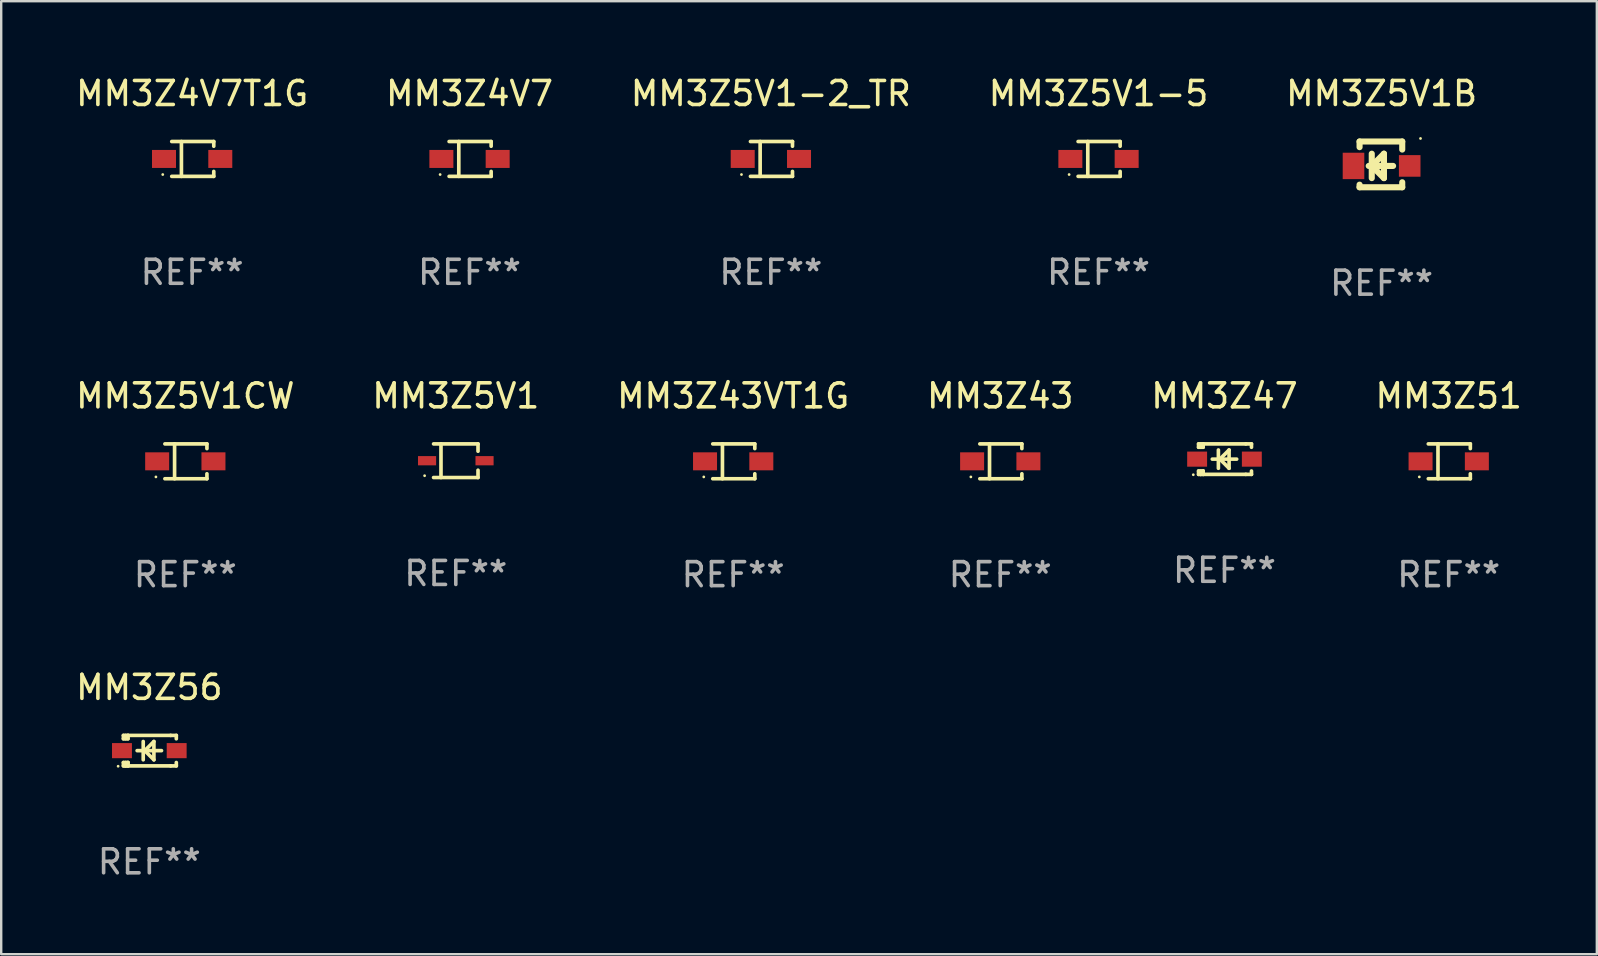
<source format=kicad_pcb>
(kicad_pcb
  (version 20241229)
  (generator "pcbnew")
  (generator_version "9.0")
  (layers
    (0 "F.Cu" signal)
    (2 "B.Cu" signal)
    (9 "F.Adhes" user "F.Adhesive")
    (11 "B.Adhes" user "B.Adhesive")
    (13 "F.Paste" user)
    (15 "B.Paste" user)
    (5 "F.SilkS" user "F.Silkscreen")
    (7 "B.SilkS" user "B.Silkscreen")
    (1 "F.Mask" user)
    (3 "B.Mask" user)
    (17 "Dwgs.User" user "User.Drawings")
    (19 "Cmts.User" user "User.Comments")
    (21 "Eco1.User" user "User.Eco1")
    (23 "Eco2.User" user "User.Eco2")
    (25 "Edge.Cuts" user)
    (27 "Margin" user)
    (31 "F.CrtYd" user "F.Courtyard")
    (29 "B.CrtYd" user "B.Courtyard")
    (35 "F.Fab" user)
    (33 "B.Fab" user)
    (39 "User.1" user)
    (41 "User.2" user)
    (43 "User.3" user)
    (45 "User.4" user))
  (footprint "MM3Z5V1-2_TR"
    (layer "F.Cu")
    (at 29.077 3.574)
    (property "Reference" "MM3Z5V1-2_TR" (at 0 -2.726 0) (layer "F.SilkS") (effects (font (size 1 1) (thickness 0.15))))
    (attr through_hole)
    (fp_line (start -0.851 -0.726) (end 0.901 -0.726) (stroke (width 0.152) (type solid)) (layer "F.SilkS"))
    (fp_line (start -0.851 0.726) (end 0.901 0.726) (stroke (width 0.152) (type solid)) (layer "F.SilkS"))
    (fp_line (start -0.447 -0.726) (end -0.447 0.726) (stroke (width 0.152) (type solid)) (layer "F.SilkS"))
    (fp_line (start 0.901 -0.726) (end 0.901 -0.53) (stroke (width 0.152) (type solid)) (layer "F.SilkS"))
    (fp_line (start 0.901 0.726) (end 0.901 0.52) (stroke (width 0.152) (type solid)) (layer "F.SilkS"))
    (fp_circle (center -1.225 0.65) (end -1.195 0.65) (stroke (width 0.06) (type solid)) (fill no) (layer "F.SilkS"))
    (fp_text user "REF**" (at 0 4.726 0) (layer "F.Fab") (effects (font (size 1 1) (thickness 0.15))))
    (pad "1" smd rect (at -1.173 0) (size 1 0.75) (layers "F.Cu" "F.Mask" "F.Paste"))
    (pad "2" smd rect (at 1.173 0) (size 1 0.75) (layers "F.Cu" "F.Mask" "F.Paste")))
  (footprint "MM3Z5V1"
    (layer "F.Cu")
    (at 15.946 16.151)
    (property "Reference" "MM3Z5V1" (at 0 -2.701 0) (layer "F.SilkS") (effects (font (size 1 1) (thickness 0.15))))
    (attr through_hole)
    (fp_line (start -0.926 -0.701) (end 0.926 -0.701) (stroke (width 0.152) (type solid)) (layer "F.SilkS"))
    (fp_line (start -0.926 0.701) (end 0.926 0.701) (stroke (width 0.152) (type solid)) (layer "F.SilkS"))
    (fp_line (start -0.617 -0.701) (end -0.617 0.701) (stroke (width 0.152) (type solid)) (layer "F.SilkS"))
    (fp_line (start 0.926 -0.701) (end 0.926 -0.396) (stroke (width 0.152) (type solid)) (layer "F.SilkS"))
    (fp_line (start 0.926 0.701) (end 0.926 0.396) (stroke (width 0.152) (type solid)) (layer "F.SilkS"))
    (fp_circle (center -1.3 0.625) (end -1.27 0.625) (stroke (width 0.06) (type solid)) (fill no) (layer "F.SilkS"))
    (fp_text user "REF**" (at 0 4.701 0) (layer "F.Fab") (effects (font (size 1 1) (thickness 0.15))))
    (pad "1" smd rect (at -1.198 0 180) (size 0.755 0.385) (layers "F.Cu" "F.Mask" "F.Paste"))
    (pad "2" smd rect (at 1.198 0 180) (size 0.755 0.385) (layers "F.Cu" "F.Mask" "F.Paste")))
  (footprint "MM3Z43VT1G"
    (layer "F.Cu")
    (at 27.506 16.176)
    (property "Reference" "MM3Z43VT1G" (at 0 -2.726 0) (layer "F.SilkS") (effects (font (size 1 1) (thickness 0.15))))
    (attr through_hole)
    (fp_line (start -0.851 -0.726) (end 0.901 -0.726) (stroke (width 0.152) (type solid)) (layer "F.SilkS"))
    (fp_line (start -0.851 0.726) (end 0.901 0.726) (stroke (width 0.152) (type solid)) (layer "F.SilkS"))
    (fp_line (start -0.447 -0.726) (end -0.447 0.726) (stroke (width 0.152) (type solid)) (layer "F.SilkS"))
    (fp_line (start 0.901 -0.726) (end 0.901 -0.53) (stroke (width 0.152) (type solid)) (layer "F.SilkS"))
    (fp_line (start 0.901 0.726) (end 0.901 0.52) (stroke (width 0.152) (type solid)) (layer "F.SilkS"))
    (fp_circle (center -1.225 0.65) (end -1.195 0.65) (stroke (width 0.06) (type solid)) (fill no) (layer "F.SilkS"))
    (fp_text user "REF**" (at 0 4.726 0) (layer "F.Fab") (effects (font (size 1 1) (thickness 0.15))))
    (pad "1" smd rect (at -1.173 0) (size 1 0.75) (layers "F.Cu" "F.Mask" "F.Paste"))
    (pad "2" smd rect (at 1.173 0) (size 1 0.75) (layers "F.Cu" "F.Mask" "F.Paste")))
  (footprint "MM3Z51"
    (layer "F.Cu")
    (at 57.327 16.176)
    (property "Reference" "MM3Z51" (at 0 -2.726 0) (layer "F.SilkS") (effects (font (size 1 1) (thickness 0.15))))
    (attr through_hole)
    (fp_line (start -0.851 -0.726) (end 0.901 -0.726) (stroke (width 0.152) (type solid)) (layer "F.SilkS"))
    (fp_line (start -0.851 0.726) (end 0.901 0.726) (stroke (width 0.152) (type solid)) (layer "F.SilkS"))
    (fp_line (start -0.447 -0.726) (end -0.447 0.726) (stroke (width 0.152) (type solid)) (layer "F.SilkS"))
    (fp_line (start 0.901 -0.726) (end 0.901 -0.53) (stroke (width 0.152) (type solid)) (layer "F.SilkS"))
    (fp_line (start 0.901 0.726) (end 0.901 0.52) (stroke (width 0.152) (type solid)) (layer "F.SilkS"))
    (fp_circle (center -1.225 0.65) (end -1.195 0.65) (stroke (width 0.06) (type solid)) (fill no) (layer "F.SilkS"))
    (fp_text user "REF**" (at 0 4.726 0) (layer "F.Fab") (effects (font (size 1 1) (thickness 0.15))))
    (pad "1" smd rect (at -1.173 0) (size 1 0.75) (layers "F.Cu" "F.Mask" "F.Paste"))
    (pad "2" smd rect (at 1.173 0) (size 1 0.75) (layers "F.Cu" "F.Mask" "F.Paste")))
  (footprint "MM3Z47"
    (layer "F.Cu")
    (at 47.982 16.085)
    (property "Reference" "MM3Z47" (at 0 -2.635 0) (layer "F.SilkS") (effects (font (size 1 1) (thickness 0.15))))
    (attr through_hole)
    (fp_line (start -1.08 -0.635) (end -1.08 -0.495) (stroke (width 0.152) (type solid)) (layer "F.SilkS"))
    (fp_line (start -1.08 0.495) (end -1.08 0.635) (stroke (width 0.152) (type solid)) (layer "F.SilkS"))
    (fp_line (start -1.08 0.495) (end -0.889 0.495) (stroke (width 0.152) (type solid)) (layer "F.SilkS"))
    (fp_line (start -1.08 0.635) (end -0.889 0.635) (stroke (width 0.152) (type solid)) (layer "F.SilkS"))
    (fp_line (start -1.003 0.635) (end -0.986 0.635) (stroke (width 0.152) (type solid)) (layer "F.SilkS"))
    (fp_line (start -0.986 -0.495) (end -0.986 -0.635) (stroke (width 0.152) (type solid)) (layer "F.SilkS"))
    (fp_line (start -0.986 0.635) (end -0.986 0.495) (stroke (width 0.152) (type solid)) (layer "F.SilkS"))
    (fp_line (start -0.889 -0.635) (end -1.08 -0.635) (stroke (width 0.152) (type solid)) (layer "F.SilkS"))
    (fp_line (start -0.889 -0.635) (end -0.889 -0.595) (stroke (width 0.152) (type solid)) (layer "F.SilkS"))
    (fp_line (start -0.889 -0.635) (end 0.889 -0.635) (stroke (width 0.152) (type solid)) (layer "F.SilkS"))
    (fp_line (start -0.889 -0.595) (end -0.889 -0.495) (stroke (width 0.152) (type solid)) (layer "F.SilkS"))
    (fp_line (start -0.889 -0.495) (end -1.08 -0.495) (stroke (width 0.152) (type solid)) (layer "F.SilkS"))
    (fp_line (start -0.889 0.495) (end -0.889 0.595) (stroke (width 0.152) (type solid)) (layer "F.SilkS"))
    (fp_line (start -0.889 0.495) (end -0.889 0.495) (stroke (width 0.152) (type solid)) (layer "F.SilkS"))
    (fp_line (start -0.889 0.595) (end -0.889 0.635) (stroke (width 0.152) (type solid)) (layer "F.SilkS"))
    (fp_line (start -0.889 0.635) (end 0.889 0.635) (stroke (width 0.152) (type solid)) (layer "F.SilkS"))
    (fp_line (start -0.254 -0.381) (end -0.254 0.381) (stroke (width 0.152) (type solid)) (layer "F.SilkS"))
    (fp_line (start -0.191 0) (end -0.191 0) (stroke (width 0.152) (type solid)) (layer "F.SilkS"))
    (fp_line (start -0.191 0) (end 0.191 -0.381) (stroke (width 0.152) (type solid)) (layer "F.SilkS"))
    (fp_line (start 0.191 -0.381) (end 0.191 0.381) (stroke (width 0.152) (type solid)) (layer "F.SilkS"))
    (fp_line (start 0.191 0.381) (end -0.191 0) (stroke (width 0.152) (type solid)) (layer "F.SilkS"))
    (fp_line (start 0.508 0) (end -0.508 0) (stroke (width 0.152) (type solid)) (layer "F.SilkS"))
    (fp_line (start 0.889 -0.635) (end 1.125 -0.635) (stroke (width 0.152) (type solid)) (layer "F.SilkS"))
    (fp_line (start 1.125 -0.635) (end 1.125 -0.495) (stroke (width 0.152) (type solid)) (layer "F.SilkS"))
    (fp_line (start 1.125 0.495) (end 1.125 0.635) (stroke (width 0.152) (type solid)) (layer "F.SilkS"))
    (fp_line (start 1.125 0.635) (end 0.889 0.635) (stroke (width 0.152) (type solid)) (layer "F.SilkS"))
    (fp_circle (center -1.3 0.65) (end -1.27 0.65) (stroke (width 0.06) (type solid)) (fill no) (layer "F.SilkS"))
    (fp_text user "REF**" (at 0 4.635 0) (layer "F.Fab") (effects (font (size 1 1) (thickness 0.15))))
    (pad "1" smd rect (at -1.14 0 90) (size 0.63 0.83) (layers "F.Cu" "F.Mask" "F.Paste"))
    (pad "2" smd rect (at 1.14 0 90) (size 0.63 0.83) (layers "F.Cu" "F.Mask" "F.Paste")))
  (footprint "MM3Z5V1B"
    (layer "F.Cu")
    (at 54.53 3.801)
    (property "Reference" "MM3Z5V1B" (at 0 -2.953 0) (layer "F.SilkS") (effects (font (size 1 1) (thickness 0.15))))
    (attr through_hole)
    (fp_line (start -0.918 -0.953) (end -0.918 -0.718) (stroke (width 0.254) (type solid)) (layer "F.SilkS"))
    (fp_line (start -0.918 0.845) (end -0.918 0.953) (stroke (width 0.254) (type solid)) (layer "F.SilkS"))
    (fp_line (start -0.918 0.953) (end 0.86 0.953) (stroke (width 0.254) (type solid)) (layer "F.SilkS"))
    (fp_line (start -0.537 0.064) (end 0.479 0.064) (stroke (width 0.254) (type solid)) (layer "F.SilkS"))
    (fp_line (start -0.41 -0.445) (end -0.41 0.572) (stroke (width 0.254) (type solid)) (layer "F.SilkS"))
    (fp_line (start -0.41 0.064) (end 0.098 -0.445) (stroke (width 0.254) (type solid)) (layer "F.SilkS"))
    (fp_line (start 0.098 -0.445) (end 0.098 0.572) (stroke (width 0.254) (type solid)) (layer "F.SilkS"))
    (fp_line (start 0.098 0.572) (end -0.41 0.064) (stroke (width 0.254) (type solid)) (layer "F.SilkS"))
    (fp_line (start 0.86 -0.953) (end -0.918 -0.953) (stroke (width 0.254) (type solid)) (layer "F.SilkS"))
    (fp_line (start 0.86 -0.618) (end 0.86 -0.953) (stroke (width 0.254) (type solid)) (layer "F.SilkS"))
    (fp_line (start 0.86 0.953) (end 0.86 0.745) (stroke (width 0.254) (type solid)) (layer "F.SilkS"))
    (fp_circle (center 1.622 -1.08) (end 1.652 -1.08) (stroke (width 0.06) (type solid)) (fill no) (layer "F.SilkS"))
    (fp_text user "REF**" (at 0 4.953 0) (layer "F.Fab") (effects (font (size 1 1) (thickness 0.15))))
    (pad "1" smd rect (at 1.171 0.064 270) (size 0.9 0.9) (layers "F.Cu" "F.Mask" "F.Paste"))
    (pad "2" smd rect (at -1.171 0.064 270) (size 1.1 0.9) (layers "F.Cu" "F.Mask" "F.Paste")))
  (footprint "MM3Z43"
    (layer "F.Cu")
    (at 38.637 16.176)
    (property "Reference" "MM3Z43" (at 0 -2.726 0) (layer "F.SilkS") (effects (font (size 1 1) (thickness 0.15))))
    (attr through_hole)
    (fp_line (start -0.851 -0.726) (end 0.901 -0.726) (stroke (width 0.152) (type solid)) (layer "F.SilkS"))
    (fp_line (start -0.851 0.726) (end 0.901 0.726) (stroke (width 0.152) (type solid)) (layer "F.SilkS"))
    (fp_line (start -0.447 -0.726) (end -0.447 0.726) (stroke (width 0.152) (type solid)) (layer "F.SilkS"))
    (fp_line (start 0.901 -0.726) (end 0.901 -0.53) (stroke (width 0.152) (type solid)) (layer "F.SilkS"))
    (fp_line (start 0.901 0.726) (end 0.901 0.52) (stroke (width 0.152) (type solid)) (layer "F.SilkS"))
    (fp_circle (center -1.225 0.65) (end -1.195 0.65) (stroke (width 0.06) (type solid)) (fill no) (layer "F.SilkS"))
    (fp_text user "REF**" (at 0 4.726 0) (layer "F.Fab") (effects (font (size 1 1) (thickness 0.15))))
    (pad "1" smd rect (at -1.173 0) (size 1 0.75) (layers "F.Cu" "F.Mask" "F.Paste"))
    (pad "2" smd rect (at 1.173 0) (size 1 0.75) (layers "F.Cu" "F.Mask" "F.Paste")))
  (footprint "MM3Z5V1CW"
    (layer "F.Cu")
    (at 4.673 16.176)
    (property "Reference" "MM3Z5V1CW" (at 0 -2.726 0) (layer "F.SilkS") (effects (font (size 1 1) (thickness 0.15))))
    (attr through_hole)
    (fp_line (start -0.851 -0.726) (end 0.901 -0.726) (stroke (width 0.152) (type solid)) (layer "F.SilkS"))
    (fp_line (start -0.851 0.726) (end 0.901 0.726) (stroke (width 0.152) (type solid)) (layer "F.SilkS"))
    (fp_line (start -0.447 -0.726) (end -0.447 0.726) (stroke (width 0.152) (type solid)) (layer "F.SilkS"))
    (fp_line (start 0.901 -0.726) (end 0.901 -0.53) (stroke (width 0.152) (type solid)) (layer "F.SilkS"))
    (fp_line (start 0.901 0.726) (end 0.901 0.52) (stroke (width 0.152) (type solid)) (layer "F.SilkS"))
    (fp_circle (center -1.225 0.65) (end -1.195 0.65) (stroke (width 0.06) (type solid)) (fill no) (layer "F.SilkS"))
    (fp_text user "REF**" (at 0 4.726 0) (layer "F.Fab") (effects (font (size 1 1) (thickness 0.15))))
    (pad "1" smd rect (at -1.173 0) (size 1 0.75) (layers "F.Cu" "F.Mask" "F.Paste"))
    (pad "2" smd rect (at 1.173 0) (size 1 0.75) (layers "F.Cu" "F.Mask" "F.Paste")))
  (footprint "MM3Z5V1-5"
    (layer "F.Cu")
    (at 42.732 3.574)
    (property "Reference" "MM3Z5V1-5" (at 0 -2.726 0) (layer "F.SilkS") (effects (font (size 1 1) (thickness 0.15))))
    (attr through_hole)
    (fp_line (start -0.851 -0.726) (end 0.901 -0.726) (stroke (width 0.152) (type solid)) (layer "F.SilkS"))
    (fp_line (start -0.851 0.726) (end 0.901 0.726) (stroke (width 0.152) (type solid)) (layer "F.SilkS"))
    (fp_line (start -0.447 -0.726) (end -0.447 0.726) (stroke (width 0.152) (type solid)) (layer "F.SilkS"))
    (fp_line (start 0.901 -0.726) (end 0.901 -0.53) (stroke (width 0.152) (type solid)) (layer "F.SilkS"))
    (fp_line (start 0.901 0.726) (end 0.901 0.52) (stroke (width 0.152) (type solid)) (layer "F.SilkS"))
    (fp_circle (center -1.225 0.65) (end -1.195 0.65) (stroke (width 0.06) (type solid)) (fill no) (layer "F.SilkS"))
    (fp_text user "REF**" (at 0 4.726 0) (layer "F.Fab") (effects (font (size 1 1) (thickness 0.15))))
    (pad "1" smd rect (at -1.173 0) (size 1 0.75) (layers "F.Cu" "F.Mask" "F.Paste"))
    (pad "2" smd rect (at 1.173 0) (size 1 0.75) (layers "F.Cu" "F.Mask" "F.Paste")))
  (footprint "MM3Z4V7"
    (layer "F.Cu")
    (at 16.518 3.574)
    (property "Reference" "MM3Z4V7" (at 0 -2.726 0) (layer "F.SilkS") (effects (font (size 1 1) (thickness 0.15))))
    (attr through_hole)
    (fp_line (start -0.851 -0.726) (end 0.901 -0.726) (stroke (width 0.152) (type solid)) (layer "F.SilkS"))
    (fp_line (start -0.851 0.726) (end 0.901 0.726) (stroke (width 0.152) (type solid)) (layer "F.SilkS"))
    (fp_line (start -0.447 -0.726) (end -0.447 0.726) (stroke (width 0.152) (type solid)) (layer "F.SilkS"))
    (fp_line (start 0.901 -0.726) (end 0.901 -0.53) (stroke (width 0.152) (type solid)) (layer "F.SilkS"))
    (fp_line (start 0.901 0.726) (end 0.901 0.52) (stroke (width 0.152) (type solid)) (layer "F.SilkS"))
    (fp_circle (center -1.225 0.65) (end -1.195 0.65) (stroke (width 0.06) (type solid)) (fill no) (layer "F.SilkS"))
    (fp_text user "REF**" (at 0 4.726 0) (layer "F.Fab") (effects (font (size 1 1) (thickness 0.15))))
    (pad "1" smd rect (at -1.173 0) (size 1 0.75) (layers "F.Cu" "F.Mask" "F.Paste"))
    (pad "2" smd rect (at 1.173 0) (size 1 0.75) (layers "F.Cu" "F.Mask" "F.Paste")))
  (footprint "MM3Z56"
    (layer "F.Cu")
    (at 3.173 28.234)
    (property "Reference" "MM3Z56" (at 0 -2.635 0) (layer "F.SilkS") (effects (font (size 1 1) (thickness 0.15))))
    (attr through_hole)
    (fp_line (start -1.08 -0.635) (end -1.08 -0.495) (stroke (width 0.152) (type solid)) (layer "F.SilkS"))
    (fp_line (start -1.08 0.495) (end -1.08 0.635) (stroke (width 0.152) (type solid)) (layer "F.SilkS"))
    (fp_line (start -1.08 0.495) (end -0.889 0.495) (stroke (width 0.152) (type solid)) (layer "F.SilkS"))
    (fp_line (start -1.08 0.635) (end -0.889 0.635) (stroke (width 0.152) (type solid)) (layer "F.SilkS"))
    (fp_line (start -1.003 0.635) (end -0.986 0.635) (stroke (width 0.152) (type solid)) (layer "F.SilkS"))
    (fp_line (start -0.986 -0.495) (end -0.986 -0.635) (stroke (width 0.152) (type solid)) (layer "F.SilkS"))
    (fp_line (start -0.986 0.635) (end -0.986 0.495) (stroke (width 0.152) (type solid)) (layer "F.SilkS"))
    (fp_line (start -0.889 -0.635) (end -1.08 -0.635) (stroke (width 0.152) (type solid)) (layer "F.SilkS"))
    (fp_line (start -0.889 -0.635) (end -0.889 -0.595) (stroke (width 0.152) (type solid)) (layer "F.SilkS"))
    (fp_line (start -0.889 -0.635) (end 0.889 -0.635) (stroke (width 0.152) (type solid)) (layer "F.SilkS"))
    (fp_line (start -0.889 -0.595) (end -0.889 -0.495) (stroke (width 0.152) (type solid)) (layer "F.SilkS"))
    (fp_line (start -0.889 -0.495) (end -1.08 -0.495) (stroke (width 0.152) (type solid)) (layer "F.SilkS"))
    (fp_line (start -0.889 0.495) (end -0.889 0.595) (stroke (width 0.152) (type solid)) (layer "F.SilkS"))
    (fp_line (start -0.889 0.495) (end -0.889 0.495) (stroke (width 0.152) (type solid)) (layer "F.SilkS"))
    (fp_line (start -0.889 0.595) (end -0.889 0.635) (stroke (width 0.152) (type solid)) (layer "F.SilkS"))
    (fp_line (start -0.889 0.635) (end 0.889 0.635) (stroke (width 0.152) (type solid)) (layer "F.SilkS"))
    (fp_line (start -0.254 -0.381) (end -0.254 0.381) (stroke (width 0.152) (type solid)) (layer "F.SilkS"))
    (fp_line (start -0.191 0) (end -0.191 0) (stroke (width 0.152) (type solid)) (layer "F.SilkS"))
    (fp_line (start -0.191 0) (end 0.191 -0.381) (stroke (width 0.152) (type solid)) (layer "F.SilkS"))
    (fp_line (start 0.191 -0.381) (end 0.191 0.381) (stroke (width 0.152) (type solid)) (layer "F.SilkS"))
    (fp_line (start 0.191 0.381) (end -0.191 0) (stroke (width 0.152) (type solid)) (layer "F.SilkS"))
    (fp_line (start 0.508 0) (end -0.508 0) (stroke (width 0.152) (type solid)) (layer "F.SilkS"))
    (fp_line (start 0.889 -0.635) (end 1.125 -0.635) (stroke (width 0.152) (type solid)) (layer "F.SilkS"))
    (fp_line (start 1.125 -0.635) (end 1.125 -0.495) (stroke (width 0.152) (type solid)) (layer "F.SilkS"))
    (fp_line (start 1.125 0.495) (end 1.125 0.635) (stroke (width 0.152) (type solid)) (layer "F.SilkS"))
    (fp_line (start 1.125 0.635) (end 0.889 0.635) (stroke (width 0.152) (type solid)) (layer "F.SilkS"))
    (fp_circle (center -1.3 0.65) (end -1.27 0.65) (stroke (width 0.06) (type solid)) (fill no) (layer "F.SilkS"))
    (fp_text user "REF**" (at 0 4.635 0) (layer "F.Fab") (effects (font (size 1 1) (thickness 0.15))))
    (pad "1" smd rect (at -1.14 0 90) (size 0.63 0.83) (layers "F.Cu" "F.Mask" "F.Paste"))
    (pad "2" smd rect (at 1.14 0 90) (size 0.63 0.83) (layers "F.Cu" "F.Mask" "F.Paste")))
  (footprint "MM3Z4V7T1G"
    (layer "F.Cu")
    (at 4.958 3.574)
    (property "Reference" "MM3Z4V7T1G" (at 0 -2.726 0) (layer "F.SilkS") (effects (font (size 1 1) (thickness 0.15))))
    (attr through_hole)
    (fp_line (start -0.851 -0.726) (end 0.901 -0.726) (stroke (width 0.152) (type solid)) (layer "F.SilkS"))
    (fp_line (start -0.851 0.726) (end 0.901 0.726) (stroke (width 0.152) (type solid)) (layer "F.SilkS"))
    (fp_line (start -0.447 -0.726) (end -0.447 0.726) (stroke (width 0.152) (type solid)) (layer "F.SilkS"))
    (fp_line (start 0.901 -0.726) (end 0.901 -0.53) (stroke (width 0.152) (type solid)) (layer "F.SilkS"))
    (fp_line (start 0.901 0.726) (end 0.901 0.52) (stroke (width 0.152) (type solid)) (layer "F.SilkS"))
    (fp_circle (center -1.225 0.65) (end -1.195 0.65) (stroke (width 0.06) (type solid)) (fill no) (layer "F.SilkS"))
    (fp_text user "REF**" (at 0 4.726 0) (layer "F.Fab") (effects (font (size 1 1) (thickness 0.15))))
    (pad "1" smd rect (at -1.173 0) (size 1 0.75) (layers "F.Cu" "F.Mask" "F.Paste"))
    (pad "2" smd rect (at 1.173 0) (size 1 0.75) (layers "F.Cu" "F.Mask" "F.Paste")))
  (gr_rect
    (start -3 -3)
    (end 63.5 36.717)
    (stroke (width 0.1) (type default))
    (fill no)
    (layer "Edge.Cuts")))
</source>
